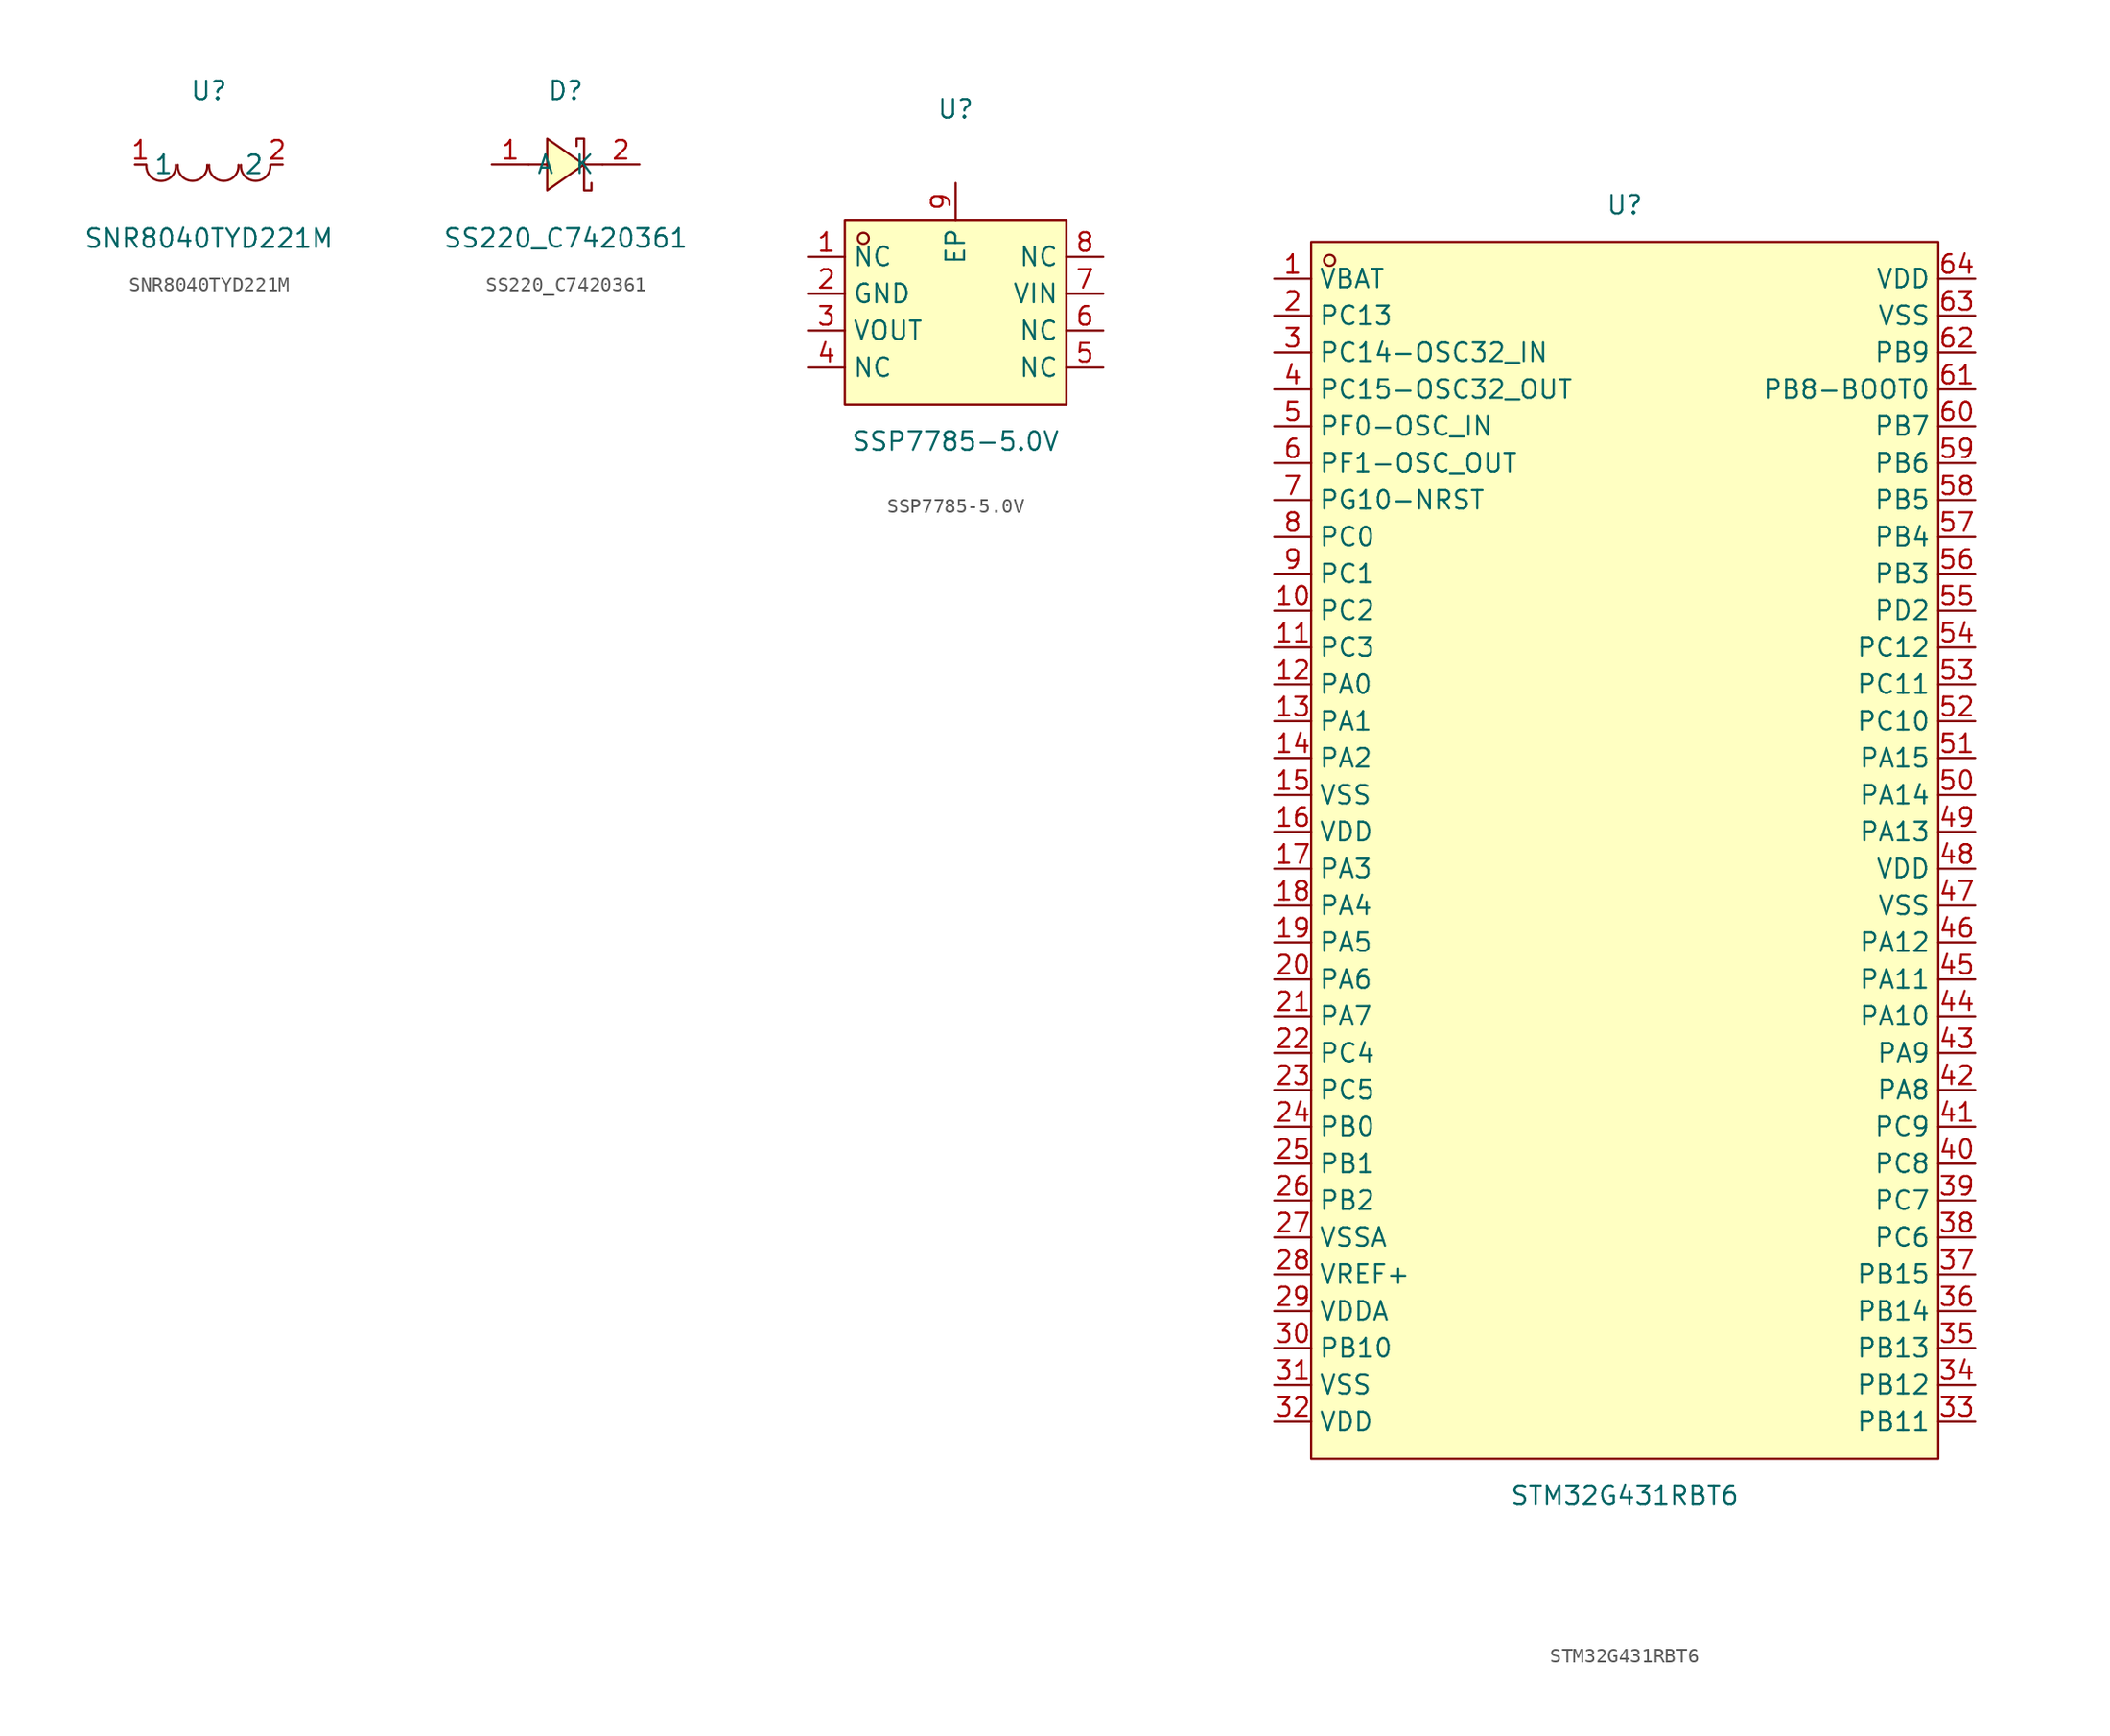
<source format=kicad_sym>
(kicad_symbol_lib
  (version 20231120)
  (generator "kicad_symbol_editor")
  (generator_version "8.0")
  (symbol "SNR8040TYD221M"
    (property "Reference" "U"
      (at 0 5.08 0)
      (effects (font (size 1.27 1.27))))
    (property "Value" "SNR8040TYD221M"
      (at 0 -5.08 0)
      (effects (font (size 1.27 1.27))))
    (symbol "SNR8040TYD221M_0_1"
      (arc (start -4.29 -0.02) (mid -2.81 -1.01) (end -2.27 -0.02) (stroke (width 0) (type default)) (fill (type none)))
      (arc (start -2.13 -0.02) (mid -0.66 -1.01) (end -0.11 -0.02) (stroke (width 0) (type default)) (fill (type none)))
      (arc (start 0.02 -0.02) (mid 1.49 -1.01) (end 2.04 -0.02) (stroke (width 0) (type default)) (fill (type none)))
      (arc (start 2.21 -0.02) (mid 3.68 -1.01) (end 4.23 -0.02) (stroke (width 0) (type default)) (fill (type none)))
      (pin unspecified line (at -5.08 0 0) (length 0.762) (name "1" (effects (font (size 1.27 1.27)))) (number "1" (effects (font (size 1.27 1.27)))))
      (pin unspecified line (at 5.08 0 180) (length 0.762) (name "2" (effects (font (size 1.27 1.27)))) (number "2" (effects (font (size 1.27 1.27)))))))
  (symbol "SS220_C7420361"
    (property "Reference" "D"
      (at 0 5.08 0)
      (effects (font (size 1.27 1.27))))
    (property "Value" "SS220_C7420361"
      (at 0 -5.08 0)
      (effects (font (size 1.27 1.27))))
    (symbol "SS220_C7420361_0_1"
      (polyline (pts (xy -2.54 0) (xy -1.27 0)) (stroke (width 0) (type default)) (fill (type none)))
      (polyline (pts (xy 1.27 0) (xy 2.54 0)) (stroke (width 0) (type default)) (fill (type none)))
      (polyline (pts (xy -1.27 -1.78) (xy 1.27 0) (xy -1.27 1.78) (xy -1.27 -1.78)) (stroke (width 0) (type default)) (fill (type background)))
      (polyline (pts (xy 1.78 -1.27) (xy 1.78 -1.78) (xy 1.27 -1.78) (xy 1.27 1.78) (xy 0.76 1.78) (xy 0.76 1.27)) (stroke (width 0) (type default)) (fill (type none)))
      (pin unspecified line (at -5.08 0 0) (length 2.54) (name "A" (effects (font (size 1.27 1.27)))) (number "1" (effects (font (size 1.27 1.27)))))
      (pin unspecified line (at 5.08 0 180) (length 2.54) (name "K" (effects (font (size 1.27 1.27)))) (number "2" (effects (font (size 1.27 1.27)))))))
  (symbol "SSP7785-5.0V"
    (property "Reference" "U"
      (at 0 13.97 0)
      (effects (font (size 1.27 1.27))))
    (property "Value" "SSP7785-5.0V"
      (at 0 -8.89 0)
      (effects (font (size 1.27 1.27))))
    (symbol "SSP7785-5.0V_0_1"
      (rectangle (start -7.62 6.35) (end 7.62 -6.35) (stroke (width 0) (type default)) (fill (type background)))
      (circle (center -6.35 5.08) (radius 0.38) (stroke (width 0) (type default)) (fill (type none)))
      (pin unspecified line (at -10.16 3.81 0) (length 2.54) (name "NC" (effects (font (size 1.27 1.27)))) (number "1" (effects (font (size 1.27 1.27)))))
      (pin unspecified line (at -10.16 1.27 0) (length 2.54) (name "GND" (effects (font (size 1.27 1.27)))) (number "2" (effects (font (size 1.27 1.27)))))
      (pin unspecified line (at -10.16 -1.27 0) (length 2.54) (name "VOUT" (effects (font (size 1.27 1.27)))) (number "3" (effects (font (size 1.27 1.27)))))
      (pin unspecified line (at -10.16 -3.81 0) (length 2.54) (name "NC" (effects (font (size 1.27 1.27)))) (number "4" (effects (font (size 1.27 1.27)))))
      (pin unspecified line (at 10.16 -3.81 180) (length 2.54) (name "NC" (effects (font (size 1.27 1.27)))) (number "5" (effects (font (size 1.27 1.27)))))
      (pin unspecified line (at 10.16 -1.27 180) (length 2.54) (name "NC" (effects (font (size 1.27 1.27)))) (number "6" (effects (font (size 1.27 1.27)))))
      (pin unspecified line (at 10.16 1.27 180) (length 2.54) (name "VIN" (effects (font (size 1.27 1.27)))) (number "7" (effects (font (size 1.27 1.27)))))
      (pin unspecified line (at 10.16 3.81 180) (length 2.54) (name "NC" (effects (font (size 1.27 1.27)))) (number "8" (effects (font (size 1.27 1.27)))))
      (pin unspecified line (at 0 8.89 270) (length 2.54) (name "EP" (effects (font (size 1.27 1.27)))) (number "9" (effects (font (size 1.27 1.27)))))))
  (symbol "STM32G431RBT6"
    (property "Reference" "U"
      (at 0 44.45 0)
      (effects (font (size 1.27 1.27))))
    (property "Value" "STM32G431RBT6"
      (at 0 -44.45 0)
      (effects (font (size 1.27 1.27))))
    (symbol "STM32G431RBT6_0_1"
      (rectangle (start -21.59 41.91) (end 21.59 -41.91) (stroke (width 0) (type default)) (fill (type background)))
      (circle (center -20.32 40.64) (radius 0.38) (stroke (width 0) (type default)) (fill (type none)))
      (pin unspecified line (at -24.13 39.37 0) (length 2.54) (name "VBAT" (effects (font (size 1.27 1.27)))) (number "1" (effects (font (size 1.27 1.27)))))
      (pin unspecified line (at -24.13 16.51 0) (length 2.54) (name "PC2" (effects (font (size 1.27 1.27)))) (number "10" (effects (font (size 1.27 1.27)))))
      (pin unspecified line (at -24.13 13.97 0) (length 2.54) (name "PC3" (effects (font (size 1.27 1.27)))) (number "11" (effects (font (size 1.27 1.27)))))
      (pin unspecified line (at -24.13 11.43 0) (length 2.54) (name "PA0" (effects (font (size 1.27 1.27)))) (number "12" (effects (font (size 1.27 1.27)))))
      (pin unspecified line (at -24.13 8.89 0) (length 2.54) (name "PA1" (effects (font (size 1.27 1.27)))) (number "13" (effects (font (size 1.27 1.27)))))
      (pin unspecified line (at -24.13 6.35 0) (length 2.54) (name "PA2" (effects (font (size 1.27 1.27)))) (number "14" (effects (font (size 1.27 1.27)))))
      (pin unspecified line (at -24.13 3.81 0) (length 2.54) (name "VSS" (effects (font (size 1.27 1.27)))) (number "15" (effects (font (size 1.27 1.27)))))
      (pin unspecified line (at -24.13 1.27 0) (length 2.54) (name "VDD" (effects (font (size 1.27 1.27)))) (number "16" (effects (font (size 1.27 1.27)))))
      (pin unspecified line (at -24.13 -1.27 0) (length 2.54) (name "PA3" (effects (font (size 1.27 1.27)))) (number "17" (effects (font (size 1.27 1.27)))))
      (pin unspecified line (at -24.13 -3.81 0) (length 2.54) (name "PA4" (effects (font (size 1.27 1.27)))) (number "18" (effects (font (size 1.27 1.27)))))
      (pin unspecified line (at -24.13 -6.35 0) (length 2.54) (name "PA5" (effects (font (size 1.27 1.27)))) (number "19" (effects (font (size 1.27 1.27)))))
      (pin unspecified line (at -24.13 36.83 0) (length 2.54) (name "PC13" (effects (font (size 1.27 1.27)))) (number "2" (effects (font (size 1.27 1.27)))))
      (pin unspecified line (at -24.13 -8.89 0) (length 2.54) (name "PA6" (effects (font (size 1.27 1.27)))) (number "20" (effects (font (size 1.27 1.27)))))
      (pin unspecified line (at -24.13 -11.43 0) (length 2.54) (name "PA7" (effects (font (size 1.27 1.27)))) (number "21" (effects (font (size 1.27 1.27)))))
      (pin unspecified line (at -24.13 -13.97 0) (length 2.54) (name "PC4" (effects (font (size 1.27 1.27)))) (number "22" (effects (font (size 1.27 1.27)))))
      (pin unspecified line (at -24.13 -16.51 0) (length 2.54) (name "PC5" (effects (font (size 1.27 1.27)))) (number "23" (effects (font (size 1.27 1.27)))))
      (pin unspecified line (at -24.13 -19.05 0) (length 2.54) (name "PB0" (effects (font (size 1.27 1.27)))) (number "24" (effects (font (size 1.27 1.27)))))
      (pin unspecified line (at -24.13 -21.59 0) (length 2.54) (name "PB1" (effects (font (size 1.27 1.27)))) (number "25" (effects (font (size 1.27 1.27)))))
      (pin unspecified line (at -24.13 -24.13 0) (length 2.54) (name "PB2" (effects (font (size 1.27 1.27)))) (number "26" (effects (font (size 1.27 1.27)))))
      (pin unspecified line (at -24.13 -26.67 0) (length 2.54) (name "VSSA" (effects (font (size 1.27 1.27)))) (number "27" (effects (font (size 1.27 1.27)))))
      (pin unspecified line (at -24.13 -29.21 0) (length 2.54) (name "VREF+" (effects (font (size 1.27 1.27)))) (number "28" (effects (font (size 1.27 1.27)))))
      (pin unspecified line (at -24.13 -31.75 0) (length 2.54) (name "VDDA" (effects (font (size 1.27 1.27)))) (number "29" (effects (font (size 1.27 1.27)))))
      (pin unspecified line (at -24.13 34.29 0) (length 2.54) (name "PC14-OSC32_IN" (effects (font (size 1.27 1.27)))) (number "3" (effects (font (size 1.27 1.27)))))
      (pin unspecified line (at -24.13 -34.29 0) (length 2.54) (name "PB10" (effects (font (size 1.27 1.27)))) (number "30" (effects (font (size 1.27 1.27)))))
      (pin unspecified line (at -24.13 -36.83 0) (length 2.54) (name "VSS" (effects (font (size 1.27 1.27)))) (number "31" (effects (font (size 1.27 1.27)))))
      (pin unspecified line (at -24.13 -39.37 0) (length 2.54) (name "VDD" (effects (font (size 1.27 1.27)))) (number "32" (effects (font (size 1.27 1.27)))))
      (pin unspecified line (at 24.13 -39.37 180) (length 2.54) (name "PB11" (effects (font (size 1.27 1.27)))) (number "33" (effects (font (size 1.27 1.27)))))
      (pin unspecified line (at 24.13 -36.83 180) (length 2.54) (name "PB12" (effects (font (size 1.27 1.27)))) (number "34" (effects (font (size 1.27 1.27)))))
      (pin unspecified line (at 24.13 -34.29 180) (length 2.54) (name "PB13" (effects (font (size 1.27 1.27)))) (number "35" (effects (font (size 1.27 1.27)))))
      (pin unspecified line (at 24.13 -31.75 180) (length 2.54) (name "PB14" (effects (font (size 1.27 1.27)))) (number "36" (effects (font (size 1.27 1.27)))))
      (pin unspecified line (at 24.13 -29.21 180) (length 2.54) (name "PB15" (effects (font (size 1.27 1.27)))) (number "37" (effects (font (size 1.27 1.27)))))
      (pin unspecified line (at 24.13 -26.67 180) (length 2.54) (name "PC6" (effects (font (size 1.27 1.27)))) (number "38" (effects (font (size 1.27 1.27)))))
      (pin unspecified line (at 24.13 -24.13 180) (length 2.54) (name "PC7" (effects (font (size 1.27 1.27)))) (number "39" (effects (font (size 1.27 1.27)))))
      (pin unspecified line (at -24.13 31.75 0) (length 2.54) (name "PC15-OSC32_OUT" (effects (font (size 1.27 1.27)))) (number "4" (effects (font (size 1.27 1.27)))))
      (pin unspecified line (at 24.13 -21.59 180) (length 2.54) (name "PC8" (effects (font (size 1.27 1.27)))) (number "40" (effects (font (size 1.27 1.27)))))
      (pin unspecified line (at 24.13 -19.05 180) (length 2.54) (name "PC9" (effects (font (size 1.27 1.27)))) (number "41" (effects (font (size 1.27 1.27)))))
      (pin unspecified line (at 24.13 -16.51 180) (length 2.54) (name "PA8" (effects (font (size 1.27 1.27)))) (number "42" (effects (font (size 1.27 1.27)))))
      (pin unspecified line (at 24.13 -13.97 180) (length 2.54) (name "PA9" (effects (font (size 1.27 1.27)))) (number "43" (effects (font (size 1.27 1.27)))))
      (pin unspecified line (at 24.13 -11.43 180) (length 2.54) (name "PA10" (effects (font (size 1.27 1.27)))) (number "44" (effects (font (size 1.27 1.27)))))
      (pin unspecified line (at 24.13 -8.89 180) (length 2.54) (name "PA11" (effects (font (size 1.27 1.27)))) (number "45" (effects (font (size 1.27 1.27)))))
      (pin unspecified line (at 24.13 -6.35 180) (length 2.54) (name "PA12" (effects (font (size 1.27 1.27)))) (number "46" (effects (font (size 1.27 1.27)))))
      (pin unspecified line (at 24.13 -3.81 180) (length 2.54) (name "VSS" (effects (font (size 1.27 1.27)))) (number "47" (effects (font (size 1.27 1.27)))))
      (pin unspecified line (at 24.13 -1.27 180) (length 2.54) (name "VDD" (effects (font (size 1.27 1.27)))) (number "48" (effects (font (size 1.27 1.27)))))
      (pin unspecified line (at 24.13 1.27 180) (length 2.54) (name "PA13" (effects (font (size 1.27 1.27)))) (number "49" (effects (font (size 1.27 1.27)))))
      (pin unspecified line (at -24.13 29.21 0) (length 2.54) (name "PF0-OSC_IN" (effects (font (size 1.27 1.27)))) (number "5" (effects (font (size 1.27 1.27)))))
      (pin unspecified line (at 24.13 3.81 180) (length 2.54) (name "PA14" (effects (font (size 1.27 1.27)))) (number "50" (effects (font (size 1.27 1.27)))))
      (pin unspecified line (at 24.13 6.35 180) (length 2.54) (name "PA15" (effects (font (size 1.27 1.27)))) (number "51" (effects (font (size 1.27 1.27)))))
      (pin unspecified line (at 24.13 8.89 180) (length 2.54) (name "PC10" (effects (font (size 1.27 1.27)))) (number "52" (effects (font (size 1.27 1.27)))))
      (pin unspecified line (at 24.13 11.43 180) (length 2.54) (name "PC11" (effects (font (size 1.27 1.27)))) (number "53" (effects (font (size 1.27 1.27)))))
      (pin unspecified line (at 24.13 13.97 180) (length 2.54) (name "PC12" (effects (font (size 1.27 1.27)))) (number "54" (effects (font (size 1.27 1.27)))))
      (pin unspecified line (at 24.13 16.51 180) (length 2.54) (name "PD2" (effects (font (size 1.27 1.27)))) (number "55" (effects (font (size 1.27 1.27)))))
      (pin unspecified line (at 24.13 19.05 180) (length 2.54) (name "PB3" (effects (font (size 1.27 1.27)))) (number "56" (effects (font (size 1.27 1.27)))))
      (pin unspecified line (at 24.13 21.59 180) (length 2.54) (name "PB4" (effects (font (size 1.27 1.27)))) (number "57" (effects (font (size 1.27 1.27)))))
      (pin unspecified line (at 24.13 24.13 180) (length 2.54) (name "PB5" (effects (font (size 1.27 1.27)))) (number "58" (effects (font (size 1.27 1.27)))))
      (pin unspecified line (at 24.13 26.67 180) (length 2.54) (name "PB6" (effects (font (size 1.27 1.27)))) (number "59" (effects (font (size 1.27 1.27)))))
      (pin unspecified line (at -24.13 26.67 0) (length 2.54) (name "PF1-OSC_OUT" (effects (font (size 1.27 1.27)))) (number "6" (effects (font (size 1.27 1.27)))))
      (pin unspecified line (at 24.13 29.21 180) (length 2.54) (name "PB7" (effects (font (size 1.27 1.27)))) (number "60" (effects (font (size 1.27 1.27)))))
      (pin unspecified line (at 24.13 31.75 180) (length 2.54) (name "PB8-BOOT0" (effects (font (size 1.27 1.27)))) (number "61" (effects (font (size 1.27 1.27)))))
      (pin unspecified line (at 24.13 34.29 180) (length 2.54) (name "PB9" (effects (font (size 1.27 1.27)))) (number "62" (effects (font (size 1.27 1.27)))))
      (pin unspecified line (at 24.13 36.83 180) (length 2.54) (name "VSS" (effects (font (size 1.27 1.27)))) (number "63" (effects (font (size 1.27 1.27)))))
      (pin unspecified line (at 24.13 39.37 180) (length 2.54) (name "VDD" (effects (font (size 1.27 1.27)))) (number "64" (effects (font (size 1.27 1.27)))))
      (pin unspecified line (at -24.13 24.13 0) (length 2.54) (name "PG10-NRST" (effects (font (size 1.27 1.27)))) (number "7" (effects (font (size 1.27 1.27)))))
      (pin unspecified line (at -24.13 21.59 0) (length 2.54) (name "PC0" (effects (font (size 1.27 1.27)))) (number "8" (effects (font (size 1.27 1.27)))))
      (pin unspecified line (at -24.13 19.05 0) (length 2.54) (name "PC1" (effects (font (size 1.27 1.27)))) (number "9" (effects (font (size 1.27 1.27))))))))
</source>
